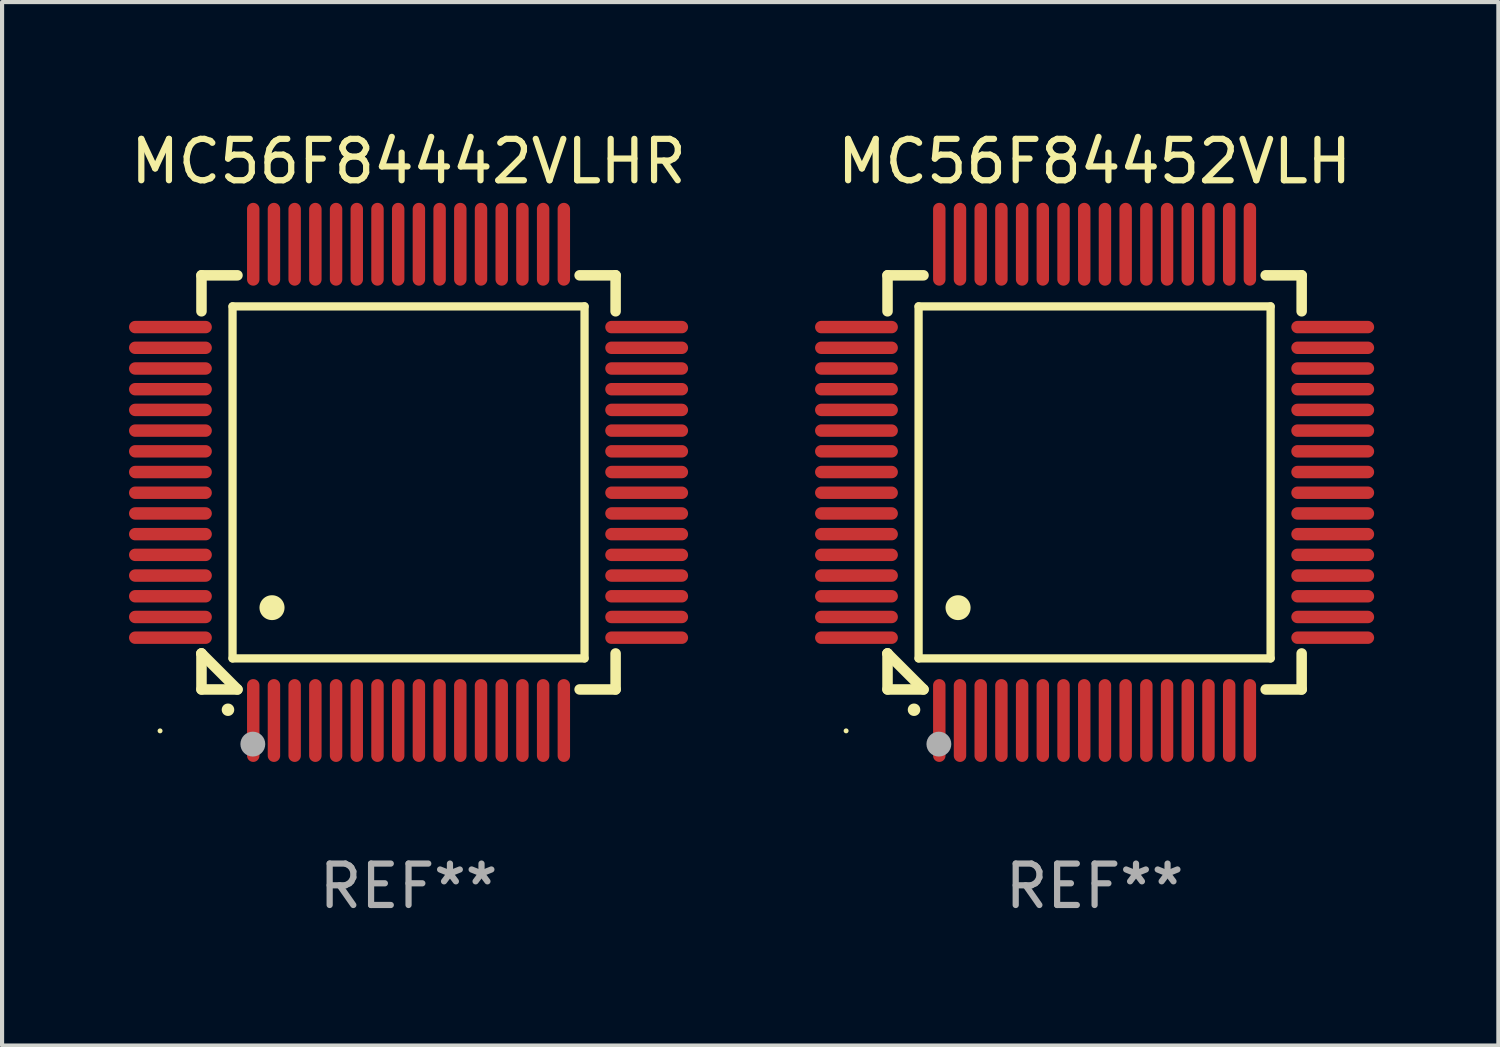
<source format=kicad_pcb>
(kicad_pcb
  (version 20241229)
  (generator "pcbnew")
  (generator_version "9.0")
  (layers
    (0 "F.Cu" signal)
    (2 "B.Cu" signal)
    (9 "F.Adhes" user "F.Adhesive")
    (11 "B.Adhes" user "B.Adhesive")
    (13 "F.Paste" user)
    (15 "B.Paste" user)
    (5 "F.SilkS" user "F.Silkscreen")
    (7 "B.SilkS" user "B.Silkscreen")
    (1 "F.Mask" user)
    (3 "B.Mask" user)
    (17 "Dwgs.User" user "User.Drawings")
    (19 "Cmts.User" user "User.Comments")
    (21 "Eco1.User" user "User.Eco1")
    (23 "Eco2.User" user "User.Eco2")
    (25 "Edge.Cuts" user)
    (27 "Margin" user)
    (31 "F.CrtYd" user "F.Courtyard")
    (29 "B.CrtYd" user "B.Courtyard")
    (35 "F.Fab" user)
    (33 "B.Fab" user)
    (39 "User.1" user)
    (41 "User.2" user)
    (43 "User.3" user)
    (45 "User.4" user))
  (footprint "MC56F84442VLHR"
    (layer "F.Cu")
    (at 6.815 8.598)
    (property "Reference" "MC56F84442VLHR" (at 0 -7.75 0) (layer "F.SilkS") (effects (font (size 1 1) (thickness 0.15))))
    (attr through_hole)
    (fp_line (start -5 -5) (end -4.131 -5) (stroke (width 0.254) (type solid)) (layer "F.SilkS"))
    (fp_line (start -5 -4.131) (end -5 -5) (stroke (width 0.254) (type solid)) (layer "F.SilkS"))
    (fp_line (start -5 4.131) (end -5 4.131) (stroke (width 0.254) (type solid)) (layer "F.SilkS"))
    (fp_line (start -5 5) (end -5 4.131) (stroke (width 0.254) (type solid)) (layer "F.SilkS"))
    (fp_line (start -5 4.131) (end -4.131 5) (stroke (width 0.254) (type solid)) (layer "F.SilkS"))
    (fp_line (start -4.25 -4.25) (end -4.25 4.25) (stroke (width 0.2) (type solid)) (layer "F.SilkS"))
    (fp_line (start -4.25 4.25) (end 4.25 4.25) (stroke (width 0.2) (type solid)) (layer "F.SilkS"))
    (fp_line (start -4.131 5) (end -5 5) (stroke (width 0.254) (type solid)) (layer "F.SilkS"))
    (fp_line (start 4.25 -4.25) (end -4.25 -4.25) (stroke (width 0.2) (type solid)) (layer "F.SilkS"))
    (fp_line (start 4.25 4.25) (end 4.25 -4.25) (stroke (width 0.2) (type solid)) (layer "F.SilkS"))
    (fp_line (start 5 -5) (end 4.131 -5) (stroke (width 0.254) (type solid)) (layer "F.SilkS"))
    (fp_line (start 5 -5) (end 5 -4.131) (stroke (width 0.254) (type solid)) (layer "F.SilkS"))
    (fp_line (start 5 4.131) (end 5 5) (stroke (width 0.254) (type solid)) (layer "F.SilkS"))
    (fp_line (start 5 5) (end 4.131 5) (stroke (width 0.254) (type solid)) (layer "F.SilkS"))
    (fp_arc (start -4.361265 5.489992) (mid -4.359995 5.489987) (end -4.358725 5.489992) (stroke (width 0.3) (type solid)) (layer "F.SilkS"))
    (fp_arc (start -3.299467 3.025146) (mid -3.296927 3.025135) (end -3.294387 3.025146) (stroke (width 0.6) (type solid)) (layer "F.SilkS"))
    (fp_circle (center -6 6) (end -5.97 6) (stroke (width 0.06) (type solid)) (fill no) (layer "F.SilkS"))
    (fp_circle (center -3.76 6.32) (end -3.61 6.32) (stroke (width 0.3) (type solid)) (fill no) (layer "F.Fab"))
    (fp_text user "REF**" (at 0 9.75 0) (layer "F.Fab") (effects (font (size 1 1) (thickness 0.15))))
    (pad "1" smd oval (at -3.75 5.75) (size 0.3 2) (layers "F.Cu" "F.Mask" "F.Paste"))
    (pad "2" smd oval (at -3.25 5.75) (size 0.3 2) (layers "F.Cu" "F.Mask" "F.Paste"))
    (pad "3" smd oval (at -2.75 5.75) (size 0.3 2) (layers "F.Cu" "F.Mask" "F.Paste"))
    (pad "4" smd oval (at -2.25 5.75) (size 0.3 2) (layers "F.Cu" "F.Mask" "F.Paste"))
    (pad "5" smd oval (at -1.75 5.75) (size 0.3 2) (layers "F.Cu" "F.Mask" "F.Paste"))
    (pad "6" smd oval (at -1.25 5.75) (size 0.3 2) (layers "F.Cu" "F.Mask" "F.Paste"))
    (pad "7" smd oval (at -0.75 5.75) (size 0.3 2) (layers "F.Cu" "F.Mask" "F.Paste"))
    (pad "8" smd oval (at -0.25 5.75) (size 0.3 2) (layers "F.Cu" "F.Mask" "F.Paste"))
    (pad "9" smd oval (at 0.25 5.75) (size 0.3 2) (layers "F.Cu" "F.Mask" "F.Paste"))
    (pad "10" smd oval (at 0.75 5.75) (size 0.3 2) (layers "F.Cu" "F.Mask" "F.Paste"))
    (pad "11" smd oval (at 1.25 5.75) (size 0.3 2) (layers "F.Cu" "F.Mask" "F.Paste"))
    (pad "12" smd oval (at 1.75 5.75) (size 0.3 2) (layers "F.Cu" "F.Mask" "F.Paste"))
    (pad "13" smd oval (at 2.25 5.75) (size 0.3 2) (layers "F.Cu" "F.Mask" "F.Paste"))
    (pad "14" smd oval (at 2.75 5.75) (size 0.3 2) (layers "F.Cu" "F.Mask" "F.Paste"))
    (pad "15" smd oval (at 3.25 5.75) (size 0.3 2) (layers "F.Cu" "F.Mask" "F.Paste"))
    (pad "16" smd oval (at 3.75 5.75) (size 0.3 2) (layers "F.Cu" "F.Mask" "F.Paste"))
    (pad "17" smd oval (at 5.75 3.75) (size 2 0.3) (layers "F.Cu" "F.Mask" "F.Paste"))
    (pad "18" smd oval (at 5.75 3.25) (size 2 0.3) (layers "F.Cu" "F.Mask" "F.Paste"))
    (pad "19" smd oval (at 5.75 2.75) (size 2 0.3) (layers "F.Cu" "F.Mask" "F.Paste"))
    (pad "20" smd oval (at 5.75 2.25) (size 2 0.3) (layers "F.Cu" "F.Mask" "F.Paste"))
    (pad "21" smd oval (at 5.75 1.75) (size 2 0.3) (layers "F.Cu" "F.Mask" "F.Paste"))
    (pad "22" smd oval (at 5.75 1.25) (size 2 0.3) (layers "F.Cu" "F.Mask" "F.Paste"))
    (pad "23" smd oval (at 5.75 0.75) (size 2 0.3) (layers "F.Cu" "F.Mask" "F.Paste"))
    (pad "24" smd oval (at 5.75 0.25) (size 2 0.3) (layers "F.Cu" "F.Mask" "F.Paste"))
    (pad "25" smd oval (at 5.75 -0.25) (size 2 0.3) (layers "F.Cu" "F.Mask" "F.Paste"))
    (pad "26" smd oval (at 5.75 -0.75) (size 2 0.3) (layers "F.Cu" "F.Mask" "F.Paste"))
    (pad "27" smd oval (at 5.75 -1.25) (size 2 0.3) (layers "F.Cu" "F.Mask" "F.Paste"))
    (pad "28" smd oval (at 5.75 -1.75) (size 2 0.3) (layers "F.Cu" "F.Mask" "F.Paste"))
    (pad "29" smd oval (at 5.75 -2.25) (size 2 0.3) (layers "F.Cu" "F.Mask" "F.Paste"))
    (pad "30" smd oval (at 5.75 -2.75) (size 2 0.3) (layers "F.Cu" "F.Mask" "F.Paste"))
    (pad "31" smd oval (at 5.75 -3.25) (size 2 0.3) (layers "F.Cu" "F.Mask" "F.Paste"))
    (pad "32" smd oval (at 5.75 -3.75) (size 2 0.3) (layers "F.Cu" "F.Mask" "F.Paste"))
    (pad "33" smd oval (at 3.75 -5.75) (size 0.3 2) (layers "F.Cu" "F.Mask" "F.Paste"))
    (pad "34" smd oval (at 3.25 -5.75) (size 0.3 2) (layers "F.Cu" "F.Mask" "F.Paste"))
    (pad "35" smd oval (at 2.75 -5.75) (size 0.3 2) (layers "F.Cu" "F.Mask" "F.Paste"))
    (pad "36" smd oval (at 2.25 -5.75) (size 0.3 2) (layers "F.Cu" "F.Mask" "F.Paste"))
    (pad "37" smd oval (at 1.75 -5.75) (size 0.3 2) (layers "F.Cu" "F.Mask" "F.Paste"))
    (pad "38" smd oval (at 1.25 -5.75) (size 0.3 2) (layers "F.Cu" "F.Mask" "F.Paste"))
    (pad "39" smd oval (at 0.75 -5.75) (size 0.3 2) (layers "F.Cu" "F.Mask" "F.Paste"))
    (pad "40" smd oval (at 0.25 -5.75) (size 0.3 2) (layers "F.Cu" "F.Mask" "F.Paste"))
    (pad "41" smd oval (at -0.25 -5.75) (size 0.3 2) (layers "F.Cu" "F.Mask" "F.Paste"))
    (pad "42" smd oval (at -0.75 -5.75) (size 0.3 2) (layers "F.Cu" "F.Mask" "F.Paste"))
    (pad "43" smd oval (at -1.25 -5.75) (size 0.3 2) (layers "F.Cu" "F.Mask" "F.Paste"))
    (pad "44" smd oval (at -1.75 -5.75) (size 0.3 2) (layers "F.Cu" "F.Mask" "F.Paste"))
    (pad "45" smd oval (at -2.25 -5.75) (size 0.3 2) (layers "F.Cu" "F.Mask" "F.Paste"))
    (pad "46" smd oval (at -2.75 -5.75) (size 0.3 2) (layers "F.Cu" "F.Mask" "F.Paste"))
    (pad "47" smd oval (at -3.25 -5.75) (size 0.3 2) (layers "F.Cu" "F.Mask" "F.Paste"))
    (pad "48" smd oval (at -3.75 -5.75) (size 0.3 2) (layers "F.Cu" "F.Mask" "F.Paste"))
    (pad "49" smd oval (at -5.75 -3.75) (size 2 0.3) (layers "F.Cu" "F.Mask" "F.Paste"))
    (pad "50" smd oval (at -5.75 -3.25) (size 2 0.3) (layers "F.Cu" "F.Mask" "F.Paste"))
    (pad "51" smd oval (at -5.75 -2.75) (size 2 0.3) (layers "F.Cu" "F.Mask" "F.Paste"))
    (pad "52" smd oval (at -5.75 -2.25) (size 2 0.3) (layers "F.Cu" "F.Mask" "F.Paste"))
    (pad "53" smd oval (at -5.75 -1.75) (size 2 0.3) (layers "F.Cu" "F.Mask" "F.Paste"))
    (pad "54" smd oval (at -5.75 -1.25) (size 2 0.3) (layers "F.Cu" "F.Mask" "F.Paste"))
    (pad "55" smd oval (at -5.75 -0.75) (size 2 0.3) (layers "F.Cu" "F.Mask" "F.Paste"))
    (pad "56" smd oval (at -5.75 -0.25) (size 2 0.3) (layers "F.Cu" "F.Mask" "F.Paste"))
    (pad "57" smd oval (at -5.75 0.25) (size 2 0.3) (layers "F.Cu" "F.Mask" "F.Paste"))
    (pad "58" smd oval (at -5.75 0.75) (size 2 0.3) (layers "F.Cu" "F.Mask" "F.Paste"))
    (pad "59" smd oval (at -5.75 1.25) (size 2 0.3) (layers "F.Cu" "F.Mask" "F.Paste"))
    (pad "60" smd oval (at -5.75 1.75) (size 2 0.3) (layers "F.Cu" "F.Mask" "F.Paste"))
    (pad "61" smd oval (at -5.75 2.25) (size 2 0.3) (layers "F.Cu" "F.Mask" "F.Paste"))
    (pad "62" smd oval (at -5.75 2.75) (size 2 0.3) (layers "F.Cu" "F.Mask" "F.Paste"))
    (pad "63" smd oval (at -5.75 3.25) (size 2 0.3) (layers "F.Cu" "F.Mask" "F.Paste"))
    (pad "64" smd oval (at -5.75 3.75) (size 2 0.3) (layers "F.Cu" "F.Mask" "F.Paste")))
  (footprint "MC56F84452VLH"
    (layer "F.Cu")
    (at 23.381 8.598)
    (property "Reference" "MC56F84452VLH" (at 0 -7.75 0) (layer "F.SilkS") (effects (font (size 1 1) (thickness 0.15))))
    (attr through_hole)
    (fp_line (start -5 -5) (end -4.131 -5) (stroke (width 0.254) (type solid)) (layer "F.SilkS"))
    (fp_line (start -5 -4.131) (end -5 -5) (stroke (width 0.254) (type solid)) (layer "F.SilkS"))
    (fp_line (start -5 4.131) (end -5 4.131) (stroke (width 0.254) (type solid)) (layer "F.SilkS"))
    (fp_line (start -5 5) (end -5 4.131) (stroke (width 0.254) (type solid)) (layer "F.SilkS"))
    (fp_line (start -5 4.131) (end -4.131 5) (stroke (width 0.254) (type solid)) (layer "F.SilkS"))
    (fp_line (start -4.25 -4.25) (end -4.25 4.25) (stroke (width 0.2) (type solid)) (layer "F.SilkS"))
    (fp_line (start -4.25 4.25) (end 4.25 4.25) (stroke (width 0.2) (type solid)) (layer "F.SilkS"))
    (fp_line (start -4.131 5) (end -5 5) (stroke (width 0.254) (type solid)) (layer "F.SilkS"))
    (fp_line (start 4.25 -4.25) (end -4.25 -4.25) (stroke (width 0.2) (type solid)) (layer "F.SilkS"))
    (fp_line (start 4.25 4.25) (end 4.25 -4.25) (stroke (width 0.2) (type solid)) (layer "F.SilkS"))
    (fp_line (start 5 -5) (end 4.131 -5) (stroke (width 0.254) (type solid)) (layer "F.SilkS"))
    (fp_line (start 5 -5) (end 5 -4.131) (stroke (width 0.254) (type solid)) (layer "F.SilkS"))
    (fp_line (start 5 4.131) (end 5 5) (stroke (width 0.254) (type solid)) (layer "F.SilkS"))
    (fp_line (start 5 5) (end 4.131 5) (stroke (width 0.254) (type solid)) (layer "F.SilkS"))
    (fp_arc (start -4.361265 5.489992) (mid -4.359995 5.489987) (end -4.358725 5.489992) (stroke (width 0.3) (type solid)) (layer "F.SilkS"))
    (fp_arc (start -3.299467 3.025146) (mid -3.296927 3.025135) (end -3.294387 3.025146) (stroke (width 0.6) (type solid)) (layer "F.SilkS"))
    (fp_circle (center -6 6) (end -5.97 6) (stroke (width 0.06) (type solid)) (fill no) (layer "F.SilkS"))
    (fp_circle (center -3.76 6.32) (end -3.61 6.32) (stroke (width 0.3) (type solid)) (fill no) (layer "F.Fab"))
    (fp_text user "REF**" (at 0 9.75 0) (layer "F.Fab") (effects (font (size 1 1) (thickness 0.15))))
    (pad "1" smd oval (at -3.75 5.75) (size 0.3 2) (layers "F.Cu" "F.Mask" "F.Paste"))
    (pad "2" smd oval (at -3.25 5.75) (size 0.3 2) (layers "F.Cu" "F.Mask" "F.Paste"))
    (pad "3" smd oval (at -2.75 5.75) (size 0.3 2) (layers "F.Cu" "F.Mask" "F.Paste"))
    (pad "4" smd oval (at -2.25 5.75) (size 0.3 2) (layers "F.Cu" "F.Mask" "F.Paste"))
    (pad "5" smd oval (at -1.75 5.75) (size 0.3 2) (layers "F.Cu" "F.Mask" "F.Paste"))
    (pad "6" smd oval (at -1.25 5.75) (size 0.3 2) (layers "F.Cu" "F.Mask" "F.Paste"))
    (pad "7" smd oval (at -0.75 5.75) (size 0.3 2) (layers "F.Cu" "F.Mask" "F.Paste"))
    (pad "8" smd oval (at -0.25 5.75) (size 0.3 2) (layers "F.Cu" "F.Mask" "F.Paste"))
    (pad "9" smd oval (at 0.25 5.75) (size 0.3 2) (layers "F.Cu" "F.Mask" "F.Paste"))
    (pad "10" smd oval (at 0.75 5.75) (size 0.3 2) (layers "F.Cu" "F.Mask" "F.Paste"))
    (pad "11" smd oval (at 1.25 5.75) (size 0.3 2) (layers "F.Cu" "F.Mask" "F.Paste"))
    (pad "12" smd oval (at 1.75 5.75) (size 0.3 2) (layers "F.Cu" "F.Mask" "F.Paste"))
    (pad "13" smd oval (at 2.25 5.75) (size 0.3 2) (layers "F.Cu" "F.Mask" "F.Paste"))
    (pad "14" smd oval (at 2.75 5.75) (size 0.3 2) (layers "F.Cu" "F.Mask" "F.Paste"))
    (pad "15" smd oval (at 3.25 5.75) (size 0.3 2) (layers "F.Cu" "F.Mask" "F.Paste"))
    (pad "16" smd oval (at 3.75 5.75) (size 0.3 2) (layers "F.Cu" "F.Mask" "F.Paste"))
    (pad "17" smd oval (at 5.75 3.75) (size 2 0.3) (layers "F.Cu" "F.Mask" "F.Paste"))
    (pad "18" smd oval (at 5.75 3.25) (size 2 0.3) (layers "F.Cu" "F.Mask" "F.Paste"))
    (pad "19" smd oval (at 5.75 2.75) (size 2 0.3) (layers "F.Cu" "F.Mask" "F.Paste"))
    (pad "20" smd oval (at 5.75 2.25) (size 2 0.3) (layers "F.Cu" "F.Mask" "F.Paste"))
    (pad "21" smd oval (at 5.75 1.75) (size 2 0.3) (layers "F.Cu" "F.Mask" "F.Paste"))
    (pad "22" smd oval (at 5.75 1.25) (size 2 0.3) (layers "F.Cu" "F.Mask" "F.Paste"))
    (pad "23" smd oval (at 5.75 0.75) (size 2 0.3) (layers "F.Cu" "F.Mask" "F.Paste"))
    (pad "24" smd oval (at 5.75 0.25) (size 2 0.3) (layers "F.Cu" "F.Mask" "F.Paste"))
    (pad "25" smd oval (at 5.75 -0.25) (size 2 0.3) (layers "F.Cu" "F.Mask" "F.Paste"))
    (pad "26" smd oval (at 5.75 -0.75) (size 2 0.3) (layers "F.Cu" "F.Mask" "F.Paste"))
    (pad "27" smd oval (at 5.75 -1.25) (size 2 0.3) (layers "F.Cu" "F.Mask" "F.Paste"))
    (pad "28" smd oval (at 5.75 -1.75) (size 2 0.3) (layers "F.Cu" "F.Mask" "F.Paste"))
    (pad "29" smd oval (at 5.75 -2.25) (size 2 0.3) (layers "F.Cu" "F.Mask" "F.Paste"))
    (pad "30" smd oval (at 5.75 -2.75) (size 2 0.3) (layers "F.Cu" "F.Mask" "F.Paste"))
    (pad "31" smd oval (at 5.75 -3.25) (size 2 0.3) (layers "F.Cu" "F.Mask" "F.Paste"))
    (pad "32" smd oval (at 5.75 -3.75) (size 2 0.3) (layers "F.Cu" "F.Mask" "F.Paste"))
    (pad "33" smd oval (at 3.75 -5.75) (size 0.3 2) (layers "F.Cu" "F.Mask" "F.Paste"))
    (pad "34" smd oval (at 3.25 -5.75) (size 0.3 2) (layers "F.Cu" "F.Mask" "F.Paste"))
    (pad "35" smd oval (at 2.75 -5.75) (size 0.3 2) (layers "F.Cu" "F.Mask" "F.Paste"))
    (pad "36" smd oval (at 2.25 -5.75) (size 0.3 2) (layers "F.Cu" "F.Mask" "F.Paste"))
    (pad "37" smd oval (at 1.75 -5.75) (size 0.3 2) (layers "F.Cu" "F.Mask" "F.Paste"))
    (pad "38" smd oval (at 1.25 -5.75) (size 0.3 2) (layers "F.Cu" "F.Mask" "F.Paste"))
    (pad "39" smd oval (at 0.75 -5.75) (size 0.3 2) (layers "F.Cu" "F.Mask" "F.Paste"))
    (pad "40" smd oval (at 0.25 -5.75) (size 0.3 2) (layers "F.Cu" "F.Mask" "F.Paste"))
    (pad "41" smd oval (at -0.25 -5.75) (size 0.3 2) (layers "F.Cu" "F.Mask" "F.Paste"))
    (pad "42" smd oval (at -0.75 -5.75) (size 0.3 2) (layers "F.Cu" "F.Mask" "F.Paste"))
    (pad "43" smd oval (at -1.25 -5.75) (size 0.3 2) (layers "F.Cu" "F.Mask" "F.Paste"))
    (pad "44" smd oval (at -1.75 -5.75) (size 0.3 2) (layers "F.Cu" "F.Mask" "F.Paste"))
    (pad "45" smd oval (at -2.25 -5.75) (size 0.3 2) (layers "F.Cu" "F.Mask" "F.Paste"))
    (pad "46" smd oval (at -2.75 -5.75) (size 0.3 2) (layers "F.Cu" "F.Mask" "F.Paste"))
    (pad "47" smd oval (at -3.25 -5.75) (size 0.3 2) (layers "F.Cu" "F.Mask" "F.Paste"))
    (pad "48" smd oval (at -3.75 -5.75) (size 0.3 2) (layers "F.Cu" "F.Mask" "F.Paste"))
    (pad "49" smd oval (at -5.75 -3.75) (size 2 0.3) (layers "F.Cu" "F.Mask" "F.Paste"))
    (pad "50" smd oval (at -5.75 -3.25) (size 2 0.3) (layers "F.Cu" "F.Mask" "F.Paste"))
    (pad "51" smd oval (at -5.75 -2.75) (size 2 0.3) (layers "F.Cu" "F.Mask" "F.Paste"))
    (pad "52" smd oval (at -5.75 -2.25) (size 2 0.3) (layers "F.Cu" "F.Mask" "F.Paste"))
    (pad "53" smd oval (at -5.75 -1.75) (size 2 0.3) (layers "F.Cu" "F.Mask" "F.Paste"))
    (pad "54" smd oval (at -5.75 -1.25) (size 2 0.3) (layers "F.Cu" "F.Mask" "F.Paste"))
    (pad "55" smd oval (at -5.75 -0.75) (size 2 0.3) (layers "F.Cu" "F.Mask" "F.Paste"))
    (pad "56" smd oval (at -5.75 -0.25) (size 2 0.3) (layers "F.Cu" "F.Mask" "F.Paste"))
    (pad "57" smd oval (at -5.75 0.25) (size 2 0.3) (layers "F.Cu" "F.Mask" "F.Paste"))
    (pad "58" smd oval (at -5.75 0.75) (size 2 0.3) (layers "F.Cu" "F.Mask" "F.Paste"))
    (pad "59" smd oval (at -5.75 1.25) (size 2 0.3) (layers "F.Cu" "F.Mask" "F.Paste"))
    (pad "60" smd oval (at -5.75 1.75) (size 2 0.3) (layers "F.Cu" "F.Mask" "F.Paste"))
    (pad "61" smd oval (at -5.75 2.25) (size 2 0.3) (layers "F.Cu" "F.Mask" "F.Paste"))
    (pad "62" smd oval (at -5.75 2.75) (size 2 0.3) (layers "F.Cu" "F.Mask" "F.Paste"))
    (pad "63" smd oval (at -5.75 3.25) (size 2 0.3) (layers "F.Cu" "F.Mask" "F.Paste"))
    (pad "64" smd oval (at -5.75 3.75) (size 2 0.3) (layers "F.Cu" "F.Mask" "F.Paste")))
  (gr_rect
    (start -3 -3)
    (end 33.131 22.196)
    (stroke (width 0.1) (type default))
    (fill no)
    (layer "Edge.Cuts")))
</source>
